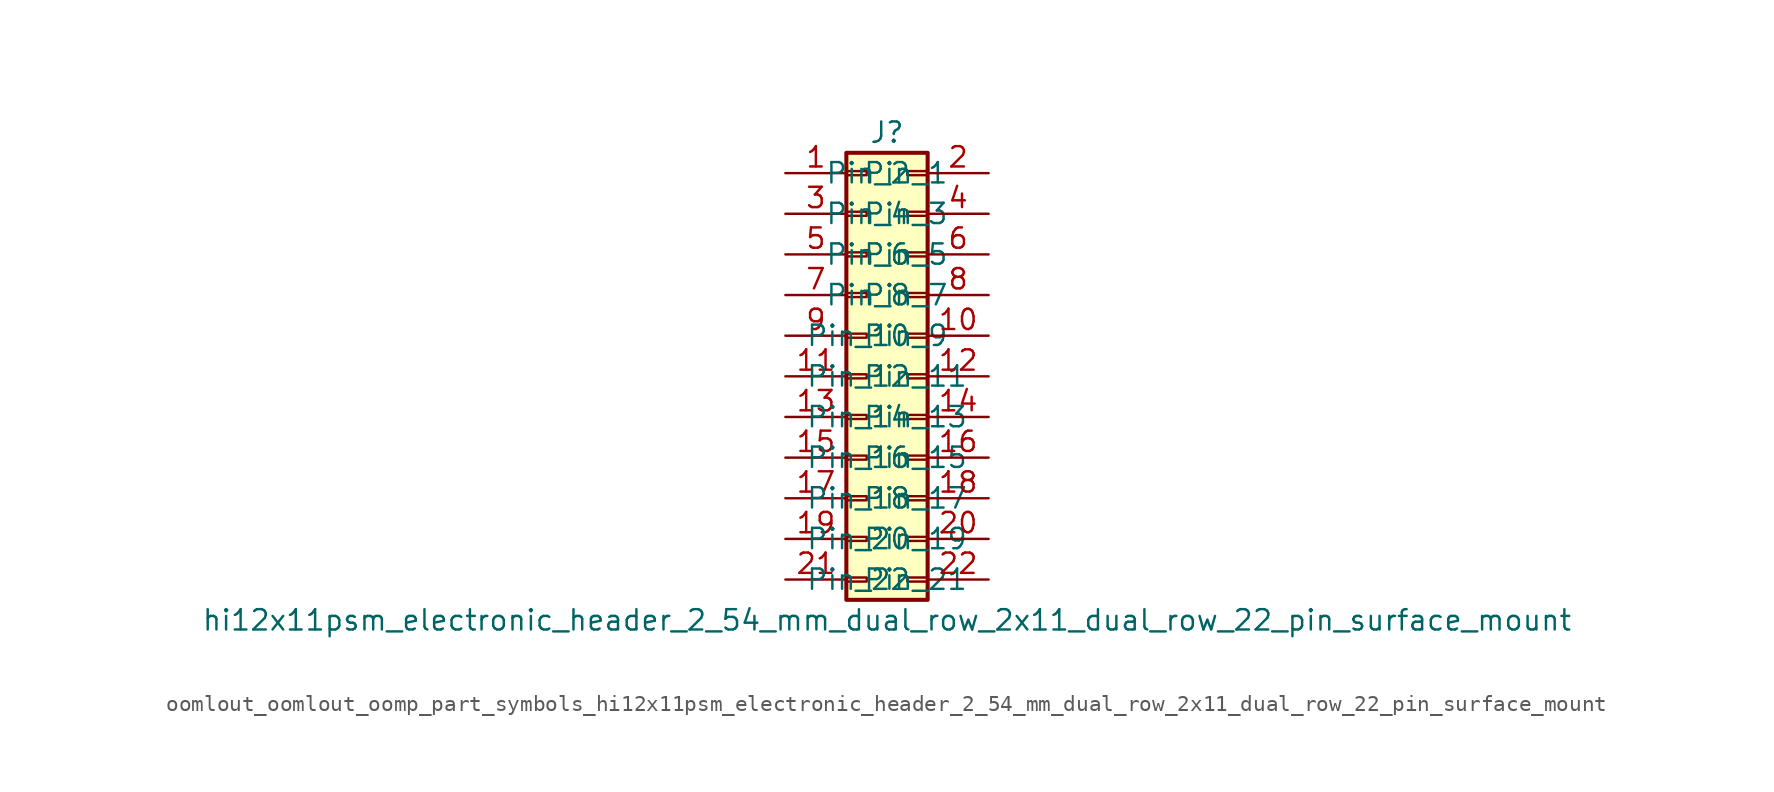
<source format=kicad_sym>
(kicad_symbol_lib
  (version 20220914)
  (generator kicad_symbol_editor)
  (symbol "oomlout_oomlout_oomp_part_symbols_hi12x11psm_electronic_header_2_54_mm_dual_row_2x11_dual_row_22_pin_surface_mount"
    (pin_names
      (offset 1.016))
    (property "Reference" "J"
      (at 1.27 15.24 0)
      (effects (font (size 1.27 1.27))))
    (property "Value" "hi12x11psm_electronic_header_2_54_mm_dual_row_2x11_dual_row_22_pin_surface_mount"
      (at 1.27 -15.24 0)
      (effects (font (size 1.27 1.27))))
    (symbol "oomlout_oomlout_oomp_part_symbols_hi12x11psm_electronic_header_2_54_mm_dual_row_2x11_dual_row_22_pin_surface_mount_1_1"
      (rectangle (start -1.27 -12.573) (end 0 -12.827) (stroke (width 0.152) (type default)) (fill (type none)))
      (rectangle (start -1.27 -10.033) (end 0 -10.287) (stroke (width 0.152) (type default)) (fill (type none)))
      (rectangle (start -1.27 -7.493) (end 0 -7.747) (stroke (width 0.152) (type default)) (fill (type none)))
      (rectangle (start -1.27 -4.953) (end 0 -5.207) (stroke (width 0.152) (type default)) (fill (type none)))
      (rectangle (start -1.27 -2.413) (end 0 -2.667) (stroke (width 0.152) (type default)) (fill (type none)))
      (rectangle (start -1.27 0.127) (end 0 -0.127) (stroke (width 0.152) (type default)) (fill (type none)))
      (rectangle (start -1.27 2.667) (end 0 2.413) (stroke (width 0.152) (type default)) (fill (type none)))
      (rectangle (start -1.27 5.207) (end 0 4.953) (stroke (width 0.152) (type default)) (fill (type none)))
      (rectangle (start -1.27 7.747) (end 0 7.493) (stroke (width 0.152) (type default)) (fill (type none)))
      (rectangle (start -1.27 10.287) (end 0 10.033) (stroke (width 0.152) (type default)) (fill (type none)))
      (rectangle (start -1.27 12.827) (end 0 12.573) (stroke (width 0.152) (type default)) (fill (type none)))
      (rectangle (start -1.27 13.97) (end 3.81 -13.97) (stroke (width 0.254) (type default)) (fill (type background)))
      (rectangle (start 3.81 -12.573) (end 2.54 -12.827) (stroke (width 0.152) (type default)) (fill (type none)))
      (rectangle (start 3.81 -10.033) (end 2.54 -10.287) (stroke (width 0.152) (type default)) (fill (type none)))
      (rectangle (start 3.81 -7.493) (end 2.54 -7.747) (stroke (width 0.152) (type default)) (fill (type none)))
      (rectangle (start 3.81 -4.953) (end 2.54 -5.207) (stroke (width 0.152) (type default)) (fill (type none)))
      (rectangle (start 3.81 -2.413) (end 2.54 -2.667) (stroke (width 0.152) (type default)) (fill (type none)))
      (rectangle (start 3.81 0.127) (end 2.54 -0.127) (stroke (width 0.152) (type default)) (fill (type none)))
      (rectangle (start 3.81 2.667) (end 2.54 2.413) (stroke (width 0.152) (type default)) (fill (type none)))
      (rectangle (start 3.81 5.207) (end 2.54 4.953) (stroke (width 0.152) (type default)) (fill (type none)))
      (rectangle (start 3.81 7.747) (end 2.54 7.493) (stroke (width 0.152) (type default)) (fill (type none)))
      (rectangle (start 3.81 10.287) (end 2.54 10.033) (stroke (width 0.152) (type default)) (fill (type none)))
      (rectangle (start 3.81 12.827) (end 2.54 12.573) (stroke (width 0.152) (type default)) (fill (type none)))
      (pin passive line (at -5.08 12.7 0) (length 3.81) (name "Pin_1" (effects (font (size 1.27 1.27)))) (number "1" (effects (font (size 1.27 1.27)))))
      (pin passive line (at 7.62 2.54 180) (length 3.81) (name "Pin_10" (effects (font (size 1.27 1.27)))) (number "10" (effects (font (size 1.27 1.27)))))
      (pin passive line (at -5.08 0 0) (length 3.81) (name "Pin_11" (effects (font (size 1.27 1.27)))) (number "11" (effects (font (size 1.27 1.27)))))
      (pin passive line (at 7.62 0 180) (length 3.81) (name "Pin_12" (effects (font (size 1.27 1.27)))) (number "12" (effects (font (size 1.27 1.27)))))
      (pin passive line (at -5.08 -2.54 0) (length 3.81) (name "Pin_13" (effects (font (size 1.27 1.27)))) (number "13" (effects (font (size 1.27 1.27)))))
      (pin passive line (at 7.62 -2.54 180) (length 3.81) (name "Pin_14" (effects (font (size 1.27 1.27)))) (number "14" (effects (font (size 1.27 1.27)))))
      (pin passive line (at -5.08 -5.08 0) (length 3.81) (name "Pin_15" (effects (font (size 1.27 1.27)))) (number "15" (effects (font (size 1.27 1.27)))))
      (pin passive line (at 7.62 -5.08 180) (length 3.81) (name "Pin_16" (effects (font (size 1.27 1.27)))) (number "16" (effects (font (size 1.27 1.27)))))
      (pin passive line (at -5.08 -7.62 0) (length 3.81) (name "Pin_17" (effects (font (size 1.27 1.27)))) (number "17" (effects (font (size 1.27 1.27)))))
      (pin passive line (at 7.62 -7.62 180) (length 3.81) (name "Pin_18" (effects (font (size 1.27 1.27)))) (number "18" (effects (font (size 1.27 1.27)))))
      (pin passive line (at -5.08 -10.16 0) (length 3.81) (name "Pin_19" (effects (font (size 1.27 1.27)))) (number "19" (effects (font (size 1.27 1.27)))))
      (pin passive line (at 7.62 12.7 180) (length 3.81) (name "Pin_2" (effects (font (size 1.27 1.27)))) (number "2" (effects (font (size 1.27 1.27)))))
      (pin passive line (at 7.62 -10.16 180) (length 3.81) (name "Pin_20" (effects (font (size 1.27 1.27)))) (number "20" (effects (font (size 1.27 1.27)))))
      (pin passive line (at -5.08 -12.7 0) (length 3.81) (name "Pin_21" (effects (font (size 1.27 1.27)))) (number "21" (effects (font (size 1.27 1.27)))))
      (pin passive line (at 7.62 -12.7 180) (length 3.81) (name "Pin_22" (effects (font (size 1.27 1.27)))) (number "22" (effects (font (size 1.27 1.27)))))
      (pin passive line (at -5.08 10.16 0) (length 3.81) (name "Pin_3" (effects (font (size 1.27 1.27)))) (number "3" (effects (font (size 1.27 1.27)))))
      (pin passive line (at 7.62 10.16 180) (length 3.81) (name "Pin_4" (effects (font (size 1.27 1.27)))) (number "4" (effects (font (size 1.27 1.27)))))
      (pin passive line (at -5.08 7.62 0) (length 3.81) (name "Pin_5" (effects (font (size 1.27 1.27)))) (number "5" (effects (font (size 1.27 1.27)))))
      (pin passive line (at 7.62 7.62 180) (length 3.81) (name "Pin_6" (effects (font (size 1.27 1.27)))) (number "6" (effects (font (size 1.27 1.27)))))
      (pin passive line (at -5.08 5.08 0) (length 3.81) (name "Pin_7" (effects (font (size 1.27 1.27)))) (number "7" (effects (font (size 1.27 1.27)))))
      (pin passive line (at 7.62 5.08 180) (length 3.81) (name "Pin_8" (effects (font (size 1.27 1.27)))) (number "8" (effects (font (size 1.27 1.27)))))
      (pin passive line (at -5.08 2.54 0) (length 3.81) (name "Pin_9" (effects (font (size 1.27 1.27)))) (number "9" (effects (font (size 1.27 1.27))))))))
</source>
